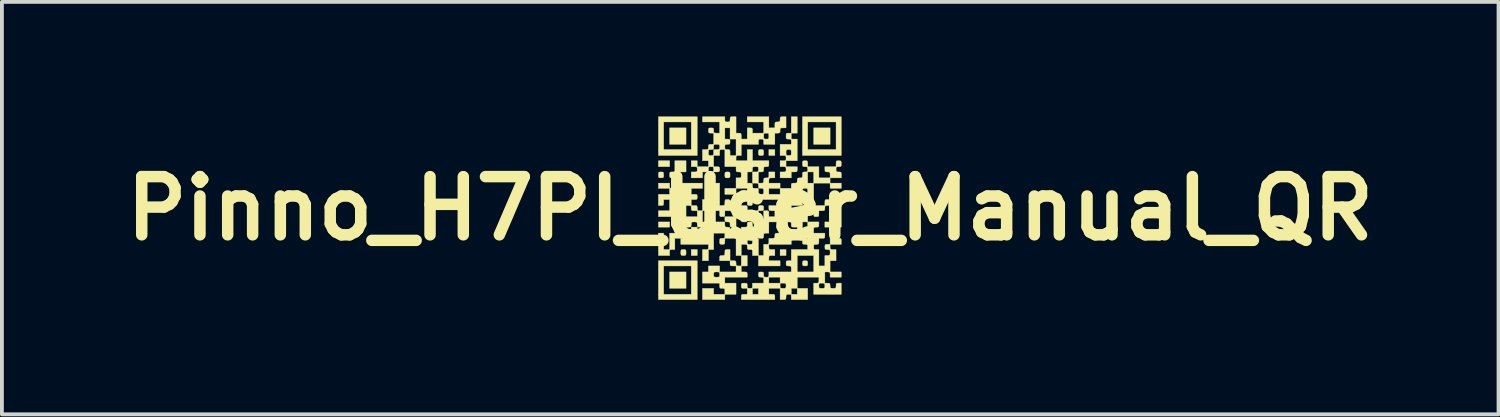
<source format=kicad_pcb>
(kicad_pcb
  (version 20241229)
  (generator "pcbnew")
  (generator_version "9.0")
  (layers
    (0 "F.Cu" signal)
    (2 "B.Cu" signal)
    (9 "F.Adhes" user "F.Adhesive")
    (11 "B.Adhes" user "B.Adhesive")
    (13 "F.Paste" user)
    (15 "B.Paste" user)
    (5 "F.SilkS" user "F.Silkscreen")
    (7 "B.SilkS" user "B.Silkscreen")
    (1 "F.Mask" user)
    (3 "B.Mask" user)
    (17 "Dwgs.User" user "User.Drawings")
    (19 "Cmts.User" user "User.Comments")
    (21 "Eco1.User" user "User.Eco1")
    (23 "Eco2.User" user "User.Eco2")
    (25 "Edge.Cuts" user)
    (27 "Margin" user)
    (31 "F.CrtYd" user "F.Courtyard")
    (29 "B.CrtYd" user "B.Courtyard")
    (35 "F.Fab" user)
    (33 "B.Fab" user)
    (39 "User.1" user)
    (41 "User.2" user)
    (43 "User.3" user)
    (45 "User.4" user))
  (footprint "Pinno_H7PI_User_Manual_QR"
    (layer "F.Cu")
    (at 16.59 2.408)
    (property "Reference" "Pinno_H7PI_User_Manual_QR" (at 0 0 0) (layer "F.SilkS") (effects (font (size 1.524 1.524) (thickness 0.3))))
    (attr through_hole)
    (fp_poly (pts (xy -2.11 -1.094) (xy -2.403 -1.094) (xy -2.403 -1.25) (xy -2.11 -1.25) (xy -2.11 -1.094)) (stroke (width 0.01) (type solid)) (fill yes) (layer "F.SilkS"))
    (fp_poly (pts (xy -2.11 0.488) (xy -2.403 0.488) (xy -2.403 0.352) (xy -2.11 0.352) (xy -2.11 0.488)) (stroke (width 0.01) (type solid)) (fill yes) (layer "F.SilkS"))
    (fp_poly (pts (xy -1.973 -1.25) (xy -1.68 -1.25) (xy -1.68 -0.957) (xy -1.973 -0.957) (xy -1.973 -1.25)) (stroke (width 0.01) (type solid)) (fill yes) (layer "F.SilkS"))
    (fp_poly (pts (xy -1.68 -1.68) (xy -2.11 -1.68) (xy -2.11 -2.11) (xy -1.68 -2.11) (xy -1.68 -1.68)) (stroke (width 0.01) (type solid)) (fill yes) (layer "F.SilkS"))
    (fp_poly (pts (xy -1.68 2.091) (xy -2.11 2.091) (xy -2.11 1.661) (xy -1.68 1.661) (xy -1.68 2.091)) (stroke (width 0.01) (type solid)) (fill yes) (layer "F.SilkS"))
    (fp_poly (pts (xy -1.387 0.645) (xy -1.544 0.645) (xy -1.544 0.488) (xy -1.387 0.488) (xy -1.387 0.645)) (stroke (width 0.01) (type solid)) (fill yes) (layer "F.SilkS"))
    (fp_poly (pts (xy -1.387 1.231) (xy -1.544 1.231) (xy -1.544 1.075) (xy -1.387 1.075) (xy -1.387 1.231)) (stroke (width 0.01) (type solid)) (fill yes) (layer "F.SilkS"))
    (fp_poly (pts (xy -0.957 0.352) (xy -1.094 0.352) (xy -1.094 0.059) (xy -0.957 0.059) (xy -0.957 0.352)) (stroke (width 0.01) (type solid)) (fill yes) (layer "F.SilkS"))
    (fp_poly (pts (xy -0.234 1.231) (xy -0.078 1.231) (xy -0.078 1.504) (xy -0.234 1.504) (xy -0.234 1.231)) (stroke (width 0.01) (type solid)) (fill yes) (layer "F.SilkS"))
    (fp_poly (pts (xy 0.645 -1.387) (xy 0.488 -1.387) (xy 0.488 -1.544) (xy 0.645 -1.544) (xy 0.645 -1.387)) (stroke (width 0.01) (type solid)) (fill yes) (layer "F.SilkS"))
    (fp_poly (pts (xy 0.938 1.231) (xy 0.782 1.231) (xy 0.782 1.075) (xy 0.938 1.075) (xy 0.938 1.231)) (stroke (width 0.01) (type solid)) (fill yes) (layer "F.SilkS"))
    (fp_poly (pts (xy 1.075 -2.403) (xy 1.231 -2.403) (xy 1.231 -1.973) (xy 1.075 -1.973) (xy 1.075 -2.403)) (stroke (width 0.01) (type solid)) (fill yes) (layer "F.SilkS"))
    (fp_poly (pts (xy 2.091 -1.68) (xy 1.661 -1.68) (xy 1.661 -2.11) (xy 2.091 -2.11) (xy 2.091 -1.68)) (stroke (width 0.01) (type solid)) (fill yes) (layer "F.SilkS"))
    (fp_poly (pts (xy 2.384 -0.528) (xy 2.091 -0.528) (xy 2.091 -0.664) (xy 2.384 -0.664) (xy 2.384 -0.528)) (stroke (width 0.01) (type solid)) (fill yes) (layer "F.SilkS"))
    (fp_poly (pts (xy -0.664 2.384) (xy -1.25 2.384) (xy -1.25 2.091) (xy -0.957 2.091) (xy -0.957 2.247) (xy -0.664 2.247) (xy -0.664 2.384)) (stroke (width 0.01) (type solid)) (fill yes) (layer "F.SilkS"))
    (fp_poly (pts (xy -1.387 -1.387) (xy -2.403 -1.387) (xy -2.403 -2.266) (xy -2.266 -2.266) (xy -2.266 -1.544) (xy -1.544 -1.544) (xy -1.544 -2.266) (xy -2.266 -2.266) (xy -2.403 -2.266) (xy -2.403 -2.403) (xy -1.387 -2.403) (xy -1.387 -1.387)) (stroke (width 0.01) (type solid)) (fill yes) (layer "F.SilkS"))
    (fp_poly (pts (xy -1.387 2.384) (xy -2.403 2.384) (xy -2.403 1.504) (xy -2.266 1.504) (xy -2.266 2.247) (xy -1.544 2.247) (xy -1.544 1.504) (xy -2.266 1.504) (xy -2.403 1.504) (xy -2.403 1.368) (xy -1.387 1.368) (xy -1.387 2.384)) (stroke (width 0.01) (type solid)) (fill yes) (layer "F.SilkS"))
    (fp_poly (pts (xy 2.384 -1.387) (xy 1.368 -1.387) (xy 1.368 -2.266) (xy 1.504 -2.266) (xy 1.504 -1.544) (xy 2.247 -1.544) (xy 2.247 -2.266) (xy 1.504 -2.266) (xy 1.368 -2.266) (xy 1.368 -2.403) (xy 2.384 -2.403) (xy 2.384 -1.387)) (stroke (width 0.01) (type solid)) (fill yes) (layer "F.SilkS"))
    (fp_poly (pts (xy -2.291 -0.955) (xy -2.272 -0.94) (xy -2.267 -0.902) (xy -2.266 -0.879) (xy -2.269 -0.829) (xy -2.281 -0.807) (xy -2.315 -0.801) (xy -2.335 -0.801) (xy -2.379 -0.803) (xy -2.398 -0.818) (xy -2.403 -0.856) (xy -2.403 -0.879) (xy -2.401 -0.929) (xy -2.388 -0.952) (xy -2.355 -0.957) (xy -2.335 -0.957) (xy -2.291 -0.955)) (stroke (width 0.01) (type solid)) (fill yes) (layer "F.SilkS"))
    (fp_poly (pts (xy -1.705 1.077) (xy -1.685 1.092) (xy -1.68 1.13) (xy -1.68 1.153) (xy -1.682 1.203) (xy -1.695 1.225) (xy -1.729 1.231) (xy -1.749 1.231) (xy -1.792 1.229) (xy -1.812 1.214) (xy -1.817 1.176) (xy -1.817 1.153) (xy -1.815 1.103) (xy -1.802 1.08) (xy -1.769 1.075) (xy -1.749 1.075) (xy -1.705 1.077)) (stroke (width 0.01) (type solid)) (fill yes) (layer "F.SilkS"))
    (fp_poly (pts (xy -0.801 1.368) (xy -0.801 1.299) (xy -0.798 1.253) (xy -0.781 1.235) (xy -0.738 1.231) (xy -0.733 1.231) (xy -0.689 1.229) (xy -0.669 1.214) (xy -0.664 1.176) (xy -0.664 1.153) (xy -0.662 1.103) (xy -0.649 1.08) (xy -0.616 1.075) (xy -0.596 1.075) (xy -0.528 1.075) (xy -0.528 1.368) (xy -0.801 1.368)) (stroke (width 0.01) (type solid)) (fill yes) (layer "F.SilkS"))
    (fp_poly (pts (xy -0.552 -0.955) (xy -0.533 -0.94) (xy -0.528 -0.902) (xy -0.528 -0.879) (xy -0.53 -0.829) (xy -0.542 -0.807) (xy -0.576 -0.801) (xy -0.596 -0.801) (xy -0.64 -0.803) (xy -0.659 -0.818) (xy -0.664 -0.856) (xy -0.664 -0.879) (xy -0.662 -0.929) (xy -0.649 -0.952) (xy -0.616 -0.957) (xy -0.596 -0.957) (xy -0.552 -0.955)) (stroke (width 0.01) (type solid)) (fill yes) (layer "F.SilkS"))
    (fp_poly (pts (xy -0.371 0.488) (xy -0.449 0.488) (xy -0.499 0.486) (xy -0.522 0.474) (xy -0.527 0.44) (xy -0.528 0.42) (xy -0.531 0.374) (xy -0.548 0.355) (xy -0.591 0.352) (xy -0.596 0.352) (xy -0.642 0.349) (xy -0.661 0.332) (xy -0.664 0.289) (xy -0.664 0.283) (xy -0.664 0.215) (xy -0.371 0.215) (xy -0.371 0.488)) (stroke (width 0.01) (type solid)) (fill yes) (layer "F.SilkS"))
    (fp_poly (pts (xy -0.106 0.217) (xy -0.084 0.23) (xy -0.078 0.263) (xy -0.078 0.283) (xy -0.081 0.327) (xy -0.095 0.347) (xy -0.133 0.352) (xy -0.156 0.352) (xy -0.206 0.35) (xy -0.229 0.337) (xy -0.234 0.303) (xy -0.234 0.283) (xy -0.232 0.24) (xy -0.217 0.22) (xy -0.179 0.215) (xy -0.156 0.215) (xy -0.106 0.217)) (stroke (width 0.01) (type solid)) (fill yes) (layer "F.SilkS"))
    (fp_poly (pts (xy 0.034 -0.232) (xy 0.053 -0.217) (xy 0.058 -0.179) (xy 0.059 -0.156) (xy 0.057 -0.106) (xy 0.044 -0.084) (xy 0.01 -0.078) (xy -0.01 -0.078) (xy -0.054 -0.081) (xy -0.073 -0.095) (xy -0.078 -0.133) (xy -0.078 -0.156) (xy -0.076 -0.206) (xy -0.063 -0.229) (xy -0.03 -0.234) (xy -0.01 -0.234) (xy 0.034 -0.232)) (stroke (width 0.01) (type solid)) (fill yes) (layer "F.SilkS"))
    (fp_poly (pts (xy 0.327 -1.541) (xy 0.347 -1.527) (xy 0.352 -1.488) (xy 0.352 -1.465) (xy 0.35 -1.415) (xy 0.337 -1.393) (xy 0.303 -1.387) (xy 0.283 -1.387) (xy 0.24 -1.39) (xy 0.22 -1.404) (xy 0.215 -1.442) (xy 0.215 -1.465) (xy 0.217 -1.515) (xy 0.23 -1.538) (xy 0.263 -1.543) (xy 0.283 -1.544) (xy 0.327 -1.541)) (stroke (width 0.01) (type solid)) (fill yes) (layer "F.SilkS"))
    (fp_poly (pts (xy 1.482 1.371) (xy 1.501 1.388) (xy 1.504 1.431) (xy 1.504 1.436) (xy 1.501 1.482) (xy 1.484 1.501) (xy 1.441 1.504) (xy 1.436 1.504) (xy 1.39 1.501) (xy 1.371 1.484) (xy 1.368 1.441) (xy 1.368 1.436) (xy 1.371 1.39) (xy 1.388 1.371) (xy 1.431 1.368) (xy 1.436 1.368) (xy 1.482 1.371)) (stroke (width 0.01) (type solid)) (fill yes) (layer "F.SilkS"))
    (fp_poly (pts (xy 2.091 0.645) (xy 2.169 0.645) (xy 2.219 0.647) (xy 2.241 0.66) (xy 2.247 0.693) (xy 2.247 0.713) (xy 2.25 0.759) (xy 2.267 0.778) (xy 2.31 0.782) (xy 2.315 0.782) (xy 2.359 0.784) (xy 2.379 0.799) (xy 2.384 0.837) (xy 2.384 0.86) (xy 2.384 0.938) (xy 2.091 0.938) (xy 2.091 0.645)) (stroke (width 0.01) (type solid)) (fill yes) (layer "F.SilkS"))
    (fp_poly (pts (xy 2.247 -0.078) (xy 2.247 -0.156) (xy 2.249 -0.206) (xy 2.262 -0.229) (xy 2.295 -0.234) (xy 2.315 -0.234) (xy 2.384 -0.234) (xy 2.384 0.488) (xy 1.954 0.488) (xy 1.954 0.352) (xy 2.247 0.352) (xy 2.247 0.283) (xy 2.245 0.24) (xy 2.23 0.22) (xy 2.192 0.215) (xy 2.169 0.215) (xy 2.091 0.215) (xy 2.091 -0.078) (xy 2.247 -0.078)) (stroke (width 0.01) (type solid)) (fill yes) (layer "F.SilkS"))
    (fp_poly (pts (xy 0.329 -0.075) (xy 0.348 -0.058) (xy 0.352 -0.015) (xy 0.352 -0.01) (xy 0.349 0.036) (xy 0.332 0.055) (xy 0.289 0.059) (xy 0.283 0.059) (xy 0.215 0.059) (xy 0.215 0.352) (xy 0.059 0.352) (xy 0.059 0.059) (xy 0.137 0.059) (xy 0.187 0.057) (xy 0.209 0.044) (xy 0.215 0.01) (xy 0.215 -0.01) (xy 0.218 -0.056) (xy 0.235 -0.074) (xy 0.278 -0.078) (xy 0.283 -0.078) (xy 0.329 -0.075)) (stroke (width 0.01) (type solid)) (fill yes) (layer "F.SilkS"))
    (fp_poly (pts (xy -1.973 -0.801) (xy -1.895 -0.801) (xy -1.845 -0.799) (xy -1.823 -0.786) (xy -1.817 -0.753) (xy -1.817 -0.733) (xy -1.817 -0.664) (xy -1.895 -0.664) (xy -1.945 -0.666) (xy -1.968 -0.679) (xy -1.973 -0.713) (xy -1.973 -0.733) (xy -1.976 -0.779) (xy -1.993 -0.797) (xy -2.037 -0.801) (xy -2.042 -0.801) (xy -2.086 -0.803) (xy -2.105 -0.818) (xy -2.11 -0.856) (xy -2.11 -0.879) (xy -2.108 -0.929) (xy -2.095 -0.952) (xy -2.062 -0.957) (xy -2.042 -0.957) (xy -1.973 -0.957) (xy -1.973 -0.801)) (stroke (width 0.01) (type solid)) (fill yes) (layer "F.SilkS"))
    (fp_poly (pts (xy 2.091 -0.879) (xy 2.089 -0.929) (xy 2.076 -0.952) (xy 2.042 -0.957) (xy 2.022 -0.957) (xy 1.976 -0.96) (xy 1.958 -0.977) (xy 1.954 -1.021) (xy 1.954 -1.026) (xy 1.954 -1.094) (xy 2.247 -1.094) (xy 2.247 -1.172) (xy 2.249 -1.222) (xy 2.262 -1.245) (xy 2.295 -1.25) (xy 2.315 -1.25) (xy 2.359 -1.248) (xy 2.379 -1.233) (xy 2.384 -1.195) (xy 2.384 -1.172) (xy 2.382 -1.122) (xy 2.369 -1.1) (xy 2.335 -1.094) (xy 2.315 -1.094) (xy 2.269 -1.091) (xy 2.251 -1.074) (xy 2.247 -1.031) (xy 2.247 -1.026) (xy 2.25 -0.98) (xy 2.267 -0.961) (xy 2.31 -0.957) (xy 2.315 -0.957) (xy 2.359 -0.955) (xy 2.379 -0.94) (xy 2.384 -0.902) (xy 2.384 -0.879) (xy 2.384 -0.801) (xy 2.091 -0.801) (xy 2.091 -0.879)) (stroke (width 0.01) (type solid)) (fill yes) (layer "F.SilkS"))
    (fp_poly (pts (xy -0.664 2.169) (xy -0.666 2.119) (xy -0.679 2.096) (xy -0.713 2.091) (xy -0.733 2.091) (xy -0.779 2.088) (xy -0.797 2.071) (xy -0.801 2.027) (xy -0.801 2.022) (xy -0.801 1.954) (xy -1.25 1.954) (xy -1.25 1.729) (xy -0.957 1.729) (xy -0.955 1.773) (xy -0.94 1.792) (xy -0.902 1.797) (xy -0.879 1.798) (xy -0.829 1.795) (xy -0.807 1.783) (xy -0.801 1.749) (xy -0.801 1.729) (xy -0.803 1.685) (xy -0.818 1.666) (xy -0.856 1.661) (xy -0.879 1.661) (xy -0.929 1.663) (xy -0.952 1.676) (xy -0.957 1.709) (xy -0.957 1.729) (xy -1.25 1.729) (xy -1.25 1.661) (xy -1.094 1.661) (xy -1.094 1.504) (xy -0.801 1.504) (xy -0.801 1.661) (xy -0.371 1.661) (xy -0.371 1.504) (xy -0.449 1.504) (xy -0.499 1.502) (xy -0.522 1.49) (xy -0.527 1.456) (xy -0.528 1.436) (xy -0.528 1.368) (xy -0.449 1.368) (xy -0.399 1.37) (xy -0.377 1.383) (xy -0.371 1.416) (xy -0.371 1.436) (xy -0.368 1.482) (xy -0.351 1.501) (xy -0.308 1.504) (xy -0.303 1.504) (xy -0.234 1.504) (xy -0.234 1.661) (xy -0.156 1.661) (xy -0.106 1.663) (xy -0.084 1.676) (xy -0.078 1.709) (xy -0.078 1.729) (xy -0.078 1.798) (xy -0.664 1.798) (xy -0.664 1.954) (xy -0.371 1.954) (xy -0.371 2.247) (xy -0.664 2.247) (xy -0.664 2.169)) (stroke (width 0.01) (type solid)) (fill yes) (layer "F.SilkS"))
    (fp_poly (pts (xy 1.075 -1.817) (xy 1.231 -1.817) (xy 1.231 -1.25) (xy 0.938 -1.25) (xy 0.938 -1.094) (xy 1.231 -1.094) (xy 1.231 -1.026) (xy 1.229 -0.982) (xy 1.214 -0.963) (xy 1.176 -0.958) (xy 1.153 -0.957) (xy 1.075 -0.957) (xy 1.075 -0.801) (xy 0.782 -0.801) (xy 0.782 -0.957) (xy 0.86 -0.957) (xy 0.91 -0.959) (xy 0.932 -0.972) (xy 0.938 -1.006) (xy 0.938 -1.026) (xy 0.935 -1.07) (xy 0.921 -1.089) (xy 0.883 -1.094) (xy 0.86 -1.094) (xy 0.782 -1.094) (xy 0.782 -1.25) (xy 0.86 -1.25) (xy 0.91 -1.253) (xy 0.932 -1.265) (xy 0.938 -1.299) (xy 0.938 -1.319) (xy 0.935 -1.363) (xy 0.921 -1.382) (xy 0.883 -1.387) (xy 0.86 -1.387) (xy 0.782 -1.387) (xy 0.782 -1.465) (xy 0.938 -1.465) (xy 0.94 -1.415) (xy 0.953 -1.393) (xy 0.986 -1.387) (xy 1.006 -1.387) (xy 1.05 -1.39) (xy 1.069 -1.404) (xy 1.074 -1.442) (xy 1.075 -1.465) (xy 1.073 -1.515) (xy 1.06 -1.538) (xy 1.026 -1.543) (xy 1.006 -1.544) (xy 0.962 -1.541) (xy 0.943 -1.527) (xy 0.938 -1.488) (xy 0.938 -1.465) (xy 0.782 -1.465) (xy 0.782 -1.68) (xy 1.075 -1.68) (xy 1.075 -1.749) (xy 1.072 -1.795) (xy 1.055 -1.813) (xy 1.011 -1.817) (xy 1.006 -1.817) (xy 0.962 -1.819) (xy 0.943 -1.834) (xy 0.938 -1.872) (xy 0.938 -1.895) (xy 0.94 -1.945) (xy 0.953 -1.968) (xy 0.986 -1.973) (xy 1.006 -1.973) (xy 1.075 -1.973) (xy 1.075 -1.817)) (stroke (width 0.01) (type solid)) (fill yes) (layer "F.SilkS"))
    (fp_poly (pts (xy 2.091 1.006) (xy 2.093 1.05) (xy 2.108 1.069) (xy 2.146 1.074) (xy 2.169 1.075) (xy 2.247 1.075) (xy 2.247 1.368) (xy 2.091 1.368) (xy 2.091 1.661) (xy 2.384 1.661) (xy 2.384 1.798) (xy 2.091 1.798) (xy 2.091 1.729) (xy 2.088 1.683) (xy 2.071 1.665) (xy 2.027 1.661) (xy 2.022 1.661) (xy 1.954 1.661) (xy 1.954 1.954) (xy 2.022 1.954) (xy 2.068 1.957) (xy 2.087 1.974) (xy 2.091 2.017) (xy 2.091 2.022) (xy 2.093 2.066) (xy 2.108 2.085) (xy 2.146 2.09) (xy 2.169 2.091) (xy 2.219 2.089) (xy 2.241 2.076) (xy 2.247 2.042) (xy 2.247 2.022) (xy 2.25 1.976) (xy 2.267 1.958) (xy 2.31 1.954) (xy 2.315 1.954) (xy 2.384 1.954) (xy 2.384 2.247) (xy 1.661 2.247) (xy 1.661 2.022) (xy 1.798 2.022) (xy 1.8 2.066) (xy 1.815 2.085) (xy 1.853 2.09) (xy 1.876 2.091) (xy 1.926 2.089) (xy 1.948 2.076) (xy 1.954 2.042) (xy 1.954 2.022) (xy 1.951 1.978) (xy 1.937 1.959) (xy 1.899 1.954) (xy 1.876 1.954) (xy 1.826 1.956) (xy 1.803 1.969) (xy 1.798 2.002) (xy 1.798 2.022) (xy 1.661 2.022) (xy 1.661 1.954) (xy 1.729 1.954) (xy 1.773 1.951) (xy 1.792 1.937) (xy 1.797 1.899) (xy 1.798 1.876) (xy 1.798 1.798) (xy 1.231 1.798) (xy 1.231 2.091) (xy 1.504 2.091) (xy 1.504 2.384) (xy 1.075 2.384) (xy 1.075 2.315) (xy 1.072 2.269) (xy 1.055 2.251) (xy 1.011 2.247) (xy 1.006 2.247) (xy 0.96 2.25) (xy 0.942 2.267) (xy 0.938 2.31) (xy 0.938 2.315) (xy 0.935 2.359) (xy 0.921 2.379) (xy 0.883 2.384) (xy 0.86 2.384) (xy 0.782 2.384) (xy 0.782 2.091) (xy 0.488 2.091) (xy 0.488 2.247) (xy 0.567 2.247) (xy 0.617 2.249) (xy 0.639 2.262) (xy 0.645 2.295) (xy 0.645 2.315) (xy 0.645 2.384) (xy -0.234 2.384) (xy -0.234 2.315) (xy -0.232 2.272) (xy -0.217 2.252) (xy -0.179 2.247) (xy -0.156 2.247) (xy -0.078 2.247) (xy -0.078 2.091) (xy -0.156 2.091) (xy -0.206 2.089) (xy -0.229 2.076) (xy -0.234 2.042) (xy -0.234 2.022) (xy -0.232 1.978) (xy -0.217 1.959) (xy -0.179 1.954) (xy -0.156 1.954) (xy -0.106 1.956) (xy -0.084 1.969) (xy -0.078 2.002) (xy -0.078 2.022) (xy -0.075 2.068) (xy -0.058 2.087) (xy -0.015 2.091) (xy -0.01 2.091) (xy 0.059 2.091) (xy 0.059 2.247) (xy 0.215 2.247) (xy 0.215 2.091) (xy 0.059 2.091) (xy -0.01 2.091) (xy 0.036 2.088) (xy 0.055 2.071) (xy 0.059 2.027) (xy 0.059 2.022) (xy 0.782 2.022) (xy 0.784 2.066) (xy 0.799 2.085) (xy 0.837 2.09) (xy 0.86 2.091) (xy 1.075 2.091) (xy 1.075 2.247) (xy 1.231 2.247) (xy 1.231 2.091) (xy 1.075 2.091) (xy 0.86 2.091) (xy 0.91 2.089) (xy 0.932 2.076) (xy 0.938 2.042) (xy 0.938 2.022) (xy 0.935 1.978) (xy 0.921 1.959) (xy 0.883 1.954) (xy 0.86 1.954) (xy 0.782 1.954) (xy 0.782 2.022) (xy 0.059 2.022) (xy 0.059 1.954) (xy 0.352 1.954) (xy 0.352 1.876) (xy 0.35 1.826) (xy 0.337 1.803) (xy 0.303 1.798) (xy 0.283 1.798) (xy 0.237 1.795) (xy 0.219 1.777) (xy 0.215 1.734) (xy 0.215 1.729) (xy 0.218 1.683) (xy 0.235 1.665) (xy 0.278 1.661) (xy 0.283 1.661) (xy 0.329 1.664) (xy 0.348 1.681) (xy 0.352 1.724) (xy 0.352 1.729) (xy 0.355 1.775) (xy 0.372 1.794) (xy 0.415 1.798) (xy 0.42 1.798) (xy 0.488 1.798) (xy 0.488 1.954) (xy 0.782 1.954) (xy 0.782 1.798) (xy 0.488 1.798) (xy 0.42 1.798) (xy 0.466 1.795) (xy 0.485 1.777) (xy 0.488 1.734) (xy 0.488 1.729) (xy 0.488 1.661) (xy 1.075 1.661) (xy 1.075 1.583) (xy 1.073 1.533) (xy 1.06 1.51) (xy 1.026 1.505) (xy 1.006 1.504) (xy 0.96 1.501) (xy 0.942 1.484) (xy 0.938 1.441) (xy 0.938 1.436) (xy 0.941 1.39) (xy 0.958 1.371) (xy 1.001 1.368) (xy 1.006 1.368) (xy 1.075 1.368) (xy 1.075 1.231) (xy 1.231 1.231) (xy 1.231 1.661) (xy 1.661 1.661) (xy 1.661 1.231) (xy 1.231 1.231) (xy 1.075 1.231) (xy 1.075 1.075) (xy 1.504 1.075) (xy 1.504 1.006) (xy 1.501 0.96) (xy 1.484 0.942) (xy 1.441 0.938) (xy 1.436 0.938) (xy 1.392 0.935) (xy 1.373 0.921) (xy 1.368 0.883) (xy 1.368 0.86) (xy 1.368 0.782) (xy 1.504 0.782) (xy 1.504 0.352) (xy 1.798 0.352) (xy 1.798 0.42) (xy 1.795 0.466) (xy 1.777 0.485) (xy 1.734 0.488) (xy 1.729 0.488) (xy 1.685 0.491) (xy 1.666 0.505) (xy 1.661 0.544) (xy 1.661 0.567) (xy 1.661 0.645) (xy 1.954 0.645) (xy 1.954 0.713) (xy 1.951 0.757) (xy 1.937 0.776) (xy 1.899 0.781) (xy 1.876 0.782) (xy 1.798 0.782) (xy 1.798 0.86) (xy 1.795 0.91) (xy 1.783 0.932) (xy 1.749 0.938) (xy 1.729 0.938) (xy 1.683 0.941) (xy 1.665 0.958) (xy 1.661 1.001) (xy 1.661 1.006) (xy 1.664 1.052) (xy 1.681 1.071) (xy 1.724 1.075) (xy 1.729 1.075) (xy 1.798 1.075) (xy 1.798 1.504) (xy 1.954 1.504) (xy 1.954 1.231) (xy 2.022 1.231) (xy 2.066 1.229) (xy 2.085 1.214) (xy 2.09 1.176) (xy 2.091 1.153) (xy 2.089 1.103) (xy 2.076 1.08) (xy 2.042 1.075) (xy 2.022 1.075) (xy 1.976 1.072) (xy 1.958 1.055) (xy 1.954 1.011) (xy 1.954 1.006) (xy 1.957 0.96) (xy 1.974 0.942) (xy 2.017 0.938) (xy 2.022 0.938) (xy 2.091 0.938) (xy 2.091 1.006)) (stroke (width 0.01) (type solid)) (fill yes) (layer "F.SilkS"))
    (fp_poly (pts (xy 2.091 -0.664) (xy 1.661 -0.664) (xy 1.661 -0.078) (xy 1.954 -0.078) (xy 1.954 -0.156) (xy 1.956 -0.206) (xy 1.969 -0.229) (xy 2.002 -0.234) (xy 2.022 -0.234) (xy 2.066 -0.232) (xy 2.085 -0.217) (xy 2.09 -0.179) (xy 2.091 -0.156) (xy 2.091 -0.078) (xy 2.022 -0.078) (xy 1.976 -0.075) (xy 1.958 -0.058) (xy 1.954 -0.015) (xy 1.954 -0.01) (xy 1.951 0.034) (xy 1.937 0.053) (xy 1.899 0.058) (xy 1.876 0.059) (xy 1.798 0.059) (xy 1.798 0.137) (xy 1.795 0.187) (xy 1.783 0.209) (xy 1.749 0.215) (xy 1.729 0.215) (xy 1.685 0.213) (xy 1.666 0.198) (xy 1.661 0.16) (xy 1.661 0.137) (xy 1.661 0.059) (xy 1.504 0.059) (xy 1.504 0.352) (xy 1.368 0.352) (xy 1.368 0.782) (xy 1.075 0.782) (xy 1.075 0.938) (xy 0.488 0.938) (xy 0.488 1.006) (xy 0.491 1.05) (xy 0.505 1.069) (xy 0.544 1.074) (xy 0.567 1.075) (xy 0.645 1.075) (xy 0.645 1.231) (xy 0.567 1.231) (xy 0.517 1.233) (xy 0.494 1.246) (xy 0.489 1.279) (xy 0.488 1.299) (xy 0.488 1.368) (xy 0.782 1.368) (xy 0.782 1.504) (xy 0.215 1.504) (xy 0.215 1.231) (xy 0.059 1.231) (xy 0.059 1.153) (xy 0.057 1.103) (xy 0.044 1.08) (xy 0.01 1.075) (xy -0.01 1.075) (xy -0.056 1.072) (xy -0.074 1.055) (xy -0.078 1.011) (xy -0.078 1.006) (xy -0.081 0.962) (xy -0.095 0.943) (xy -0.133 0.938) (xy -0.156 0.938) (xy -0.234 0.938) (xy -0.234 1.231) (xy -0.371 1.231) (xy -0.371 0.86) (xy -0.078 0.86) (xy -0.076 0.91) (xy -0.063 0.932) (xy -0.03 0.938) (xy -0.01 0.938) (xy 0.034 0.935) (xy 0.053 0.921) (xy 0.058 0.883) (xy 0.059 0.86) (xy 0.059 0.782) (xy 0.215 0.782) (xy 0.215 1.231) (xy 0.352 1.231) (xy 0.352 0.938) (xy 0.42 0.938) (xy 0.464 0.935) (xy 0.483 0.921) (xy 0.488 0.883) (xy 0.488 0.86) (xy 0.488 0.782) (xy 0.567 0.782) (xy 0.617 0.779) (xy 0.639 0.767) (xy 0.645 0.733) (xy 0.645 0.713) (xy 0.648 0.667) (xy 0.665 0.649) (xy 0.708 0.645) (xy 0.713 0.645) (xy 0.782 0.645) (xy 0.782 0.352) (xy 0.938 0.352) (xy 0.938 0.645) (xy 1.231 0.645) (xy 1.231 0.488) (xy 1.153 0.488) (xy 1.103 0.486) (xy 1.08 0.474) (xy 1.075 0.44) (xy 1.075 0.42) (xy 1.072 0.374) (xy 1.055 0.355) (xy 1.011 0.352) (xy 1.006 0.352) (xy 0.938 0.352) (xy 0.782 0.352) (xy 0.488 0.352) (xy 0.488 0.645) (xy 0.42 0.645) (xy 0.374 0.648) (xy 0.355 0.665) (xy 0.352 0.708) (xy 0.352 0.713) (xy 0.349 0.759) (xy 0.332 0.778) (xy 0.289 0.782) (xy 0.283 0.782) (xy 0.237 0.779) (xy 0.219 0.761) (xy 0.215 0.718) (xy 0.215 0.713) (xy 0.213 0.669) (xy 0.198 0.65) (xy 0.16 0.645) (xy 0.137 0.645) (xy 0.087 0.647) (xy 0.064 0.66) (xy 0.059 0.693) (xy 0.059 0.713) (xy 0.056 0.759) (xy 0.039 0.778) (xy -0.005 0.782) (xy -0.01 0.782) (xy -0.054 0.784) (xy -0.073 0.799) (xy -0.078 0.837) (xy -0.078 0.86) (xy -0.371 0.86) (xy -0.371 0.782) (xy -0.664 0.782) (xy -0.664 0.86) (xy -0.666 0.91) (xy -0.679 0.932) (xy -0.713 0.938) (xy -0.733 0.938) (xy -0.776 0.935) (xy -0.796 0.921) (xy -0.801 0.883) (xy -0.801 0.86) (xy -0.799 0.81) (xy -0.786 0.787) (xy -0.753 0.782) (xy -0.733 0.782) (xy -0.687 0.779) (xy -0.668 0.761) (xy -0.664 0.718) (xy -0.664 0.713) (xy -0.664 0.645) (xy -0.957 0.645) (xy -0.957 1.075) (xy -1.094 1.075) (xy -1.094 1.368) (xy -1.25 1.368) (xy -1.25 1.075) (xy -1.172 1.075) (xy -1.122 1.073) (xy -1.1 1.06) (xy -1.094 1.026) (xy -1.094 1.006) (xy -1.094 0.938) (xy -1.817 0.938) (xy -1.817 0.782) (xy -1.973 0.782) (xy -1.973 1.075) (xy -2.042 1.075) (xy -2.086 1.077) (xy -2.105 1.092) (xy -2.11 1.13) (xy -2.11 1.153) (xy -2.11 1.231) (xy -2.403 1.231) (xy -2.403 0.645) (xy -2.266 0.645) (xy -2.266 1.075) (xy -2.11 1.075) (xy -2.11 0.713) (xy -1.817 0.713) (xy -1.814 0.759) (xy -1.797 0.778) (xy -1.754 0.782) (xy -1.749 0.782) (xy -1.703 0.779) (xy -1.684 0.761) (xy -1.68 0.718) (xy -1.68 0.713) (xy -1.677 0.667) (xy -1.66 0.649) (xy -1.617 0.645) (xy -1.612 0.645) (xy -1.566 0.648) (xy -1.547 0.665) (xy -1.544 0.708) (xy -1.544 0.713) (xy -1.544 0.782) (xy -1.25 0.782) (xy -1.25 0.488) (xy -1.319 0.488) (xy -1.365 0.485) (xy -1.383 0.468) (xy -1.387 0.425) (xy -1.387 0.42) (xy -1.39 0.376) (xy -1.404 0.357) (xy -1.442 0.352) (xy -1.465 0.352) (xy -1.515 0.354) (xy -1.538 0.367) (xy -1.543 0.4) (xy -1.544 0.42) (xy -1.547 0.466) (xy -1.564 0.485) (xy -1.607 0.488) (xy -1.612 0.488) (xy -1.656 0.491) (xy -1.675 0.505) (xy -1.68 0.544) (xy -1.68 0.567) (xy -1.682 0.617) (xy -1.695 0.639) (xy -1.729 0.645) (xy -1.749 0.645) (xy -1.795 0.648) (xy -1.813 0.665) (xy -1.817 0.708) (xy -1.817 0.713) (xy -2.11 0.713) (xy -2.11 0.645) (xy -1.817 0.645) (xy -1.817 0.488) (xy -1.895 0.488) (xy -1.945 0.486) (xy -1.968 0.474) (xy -1.973 0.44) (xy -1.973 0.42) (xy -1.971 0.376) (xy -1.956 0.357) (xy -1.918 0.352) (xy -1.895 0.352) (xy -1.845 0.35) (xy -1.823 0.337) (xy -1.817 0.303) (xy -1.817 0.283) (xy -1.817 0.215) (xy -2.403 0.215) (xy -2.403 0.059) (xy -2.11 0.059) (xy -2.11 -0.234) (xy -1.973 -0.234) (xy -1.973 0.059) (xy -1.817 0.059) (xy -1.817 -0.078) (xy -1.68 -0.078) (xy -1.68 0.215) (xy -1.387 0.215) (xy -1.387 0.059) (xy -1.465 0.059) (xy -1.515 0.057) (xy -1.538 0.044) (xy -1.543 0.01) (xy -1.544 -0.01) (xy -1.547 -0.056) (xy -1.564 -0.074) (xy -1.607 -0.078) (xy -1.612 -0.078) (xy -1.68 -0.078) (xy -1.817 -0.078) (xy -1.817 -0.234) (xy -1.973 -0.234) (xy -2.11 -0.234) (xy -2.266 -0.234) (xy -2.266 -0.156) (xy -2.269 -0.106) (xy -2.281 -0.084) (xy -2.315 -0.078) (xy -2.335 -0.078) (xy -2.403 -0.078) (xy -2.403 -0.371) (xy -2.11 -0.371) (xy -2.11 -0.528) (xy -2.403 -0.528) (xy -2.403 -0.664) (xy -2.11 -0.664) (xy -2.11 -0.596) (xy -2.107 -0.55) (xy -2.09 -0.531) (xy -2.047 -0.528) (xy -2.042 -0.528) (xy -1.998 -0.525) (xy -1.979 -0.511) (xy -1.974 -0.472) (xy -1.973 -0.449) (xy -1.973 -0.371) (xy -1.817 -0.371) (xy -1.817 -0.664) (xy -1.25 -0.664) (xy -1.25 -0.528) (xy -1.544 -0.528) (xy -1.544 -0.371) (xy -1.465 -0.371) (xy -1.415 -0.369) (xy -1.393 -0.356) (xy -1.387 -0.323) (xy -1.387 -0.303) (xy -1.39 -0.259) (xy -1.404 -0.24) (xy -1.442 -0.235) (xy -1.465 -0.234) (xy -1.544 -0.234) (xy -1.544 -0.078) (xy -1.465 -0.078) (xy -1.415 -0.076) (xy -1.393 -0.063) (xy -1.387 -0.03) (xy -1.387 -0.01) (xy -1.384 0.036) (xy -1.367 0.055) (xy -1.324 0.059) (xy -1.319 0.059) (xy -1.25 0.059) (xy -1.25 0.352) (xy -1.172 0.352) (xy -1.122 0.354) (xy -1.1 0.367) (xy -1.094 0.4) (xy -1.094 0.42) (xy -1.091 0.466) (xy -1.074 0.485) (xy -1.031 0.488) (xy -1.026 0.488) (xy -0.98 0.485) (xy -0.961 0.468) (xy -0.957 0.425) (xy -0.957 0.42) (xy -0.957 0.352) (xy -0.664 0.352) (xy -0.664 0.42) (xy -0.661 0.466) (xy -0.644 0.485) (xy -0.601 0.488) (xy -0.596 0.488) (xy -0.552 0.491) (xy -0.533 0.505) (xy -0.528 0.544) (xy -0.528 0.567) (xy -0.528 0.645) (xy -0.449 0.645) (xy -0.399 0.647) (xy -0.377 0.66) (xy -0.371 0.693) (xy -0.371 0.713) (xy -0.368 0.759) (xy -0.351 0.778) (xy -0.308 0.782) (xy -0.303 0.782) (xy -0.234 0.782) (xy -0.234 0.488) (xy -0.156 0.488) (xy -0.106 0.486) (xy -0.084 0.474) (xy -0.078 0.44) (xy -0.078 0.42) (xy -0.075 0.374) (xy -0.058 0.355) (xy -0.015 0.352) (xy -0.01 0.352) (xy 0.036 0.355) (xy 0.055 0.372) (xy 0.059 0.415) (xy 0.059 0.42) (xy 0.061 0.464) (xy 0.076 0.483) (xy 0.114 0.488) (xy 0.137 0.488) (xy 0.187 0.486) (xy 0.209 0.474) (xy 0.215 0.44) (xy 0.215 0.42) (xy 0.218 0.374) (xy 0.235 0.355) (xy 0.278 0.352) (xy 0.283 0.352) (xy 0.352 0.352) (xy 0.352 0.059) (xy 0.42 0.059) (xy 0.464 0.061) (xy 0.483 0.076) (xy 0.488 0.114) (xy 0.488 0.137) (xy 0.488 0.215) (xy 0.645 0.215) (xy 0.645 0.137) (xy 0.938 0.137) (xy 0.94 0.187) (xy 0.953 0.209) (xy 0.986 0.215) (xy 1.006 0.215) (xy 1.05 0.213) (xy 1.069 0.198) (xy 1.074 0.16) (xy 1.075 0.137) (xy 1.075 0.059) (xy 1.368 0.059) (xy 1.368 -0.01) (xy 1.371 -0.056) (xy 1.388 -0.074) (xy 1.431 -0.078) (xy 1.436 -0.078) (xy 1.48 -0.081) (xy 1.499 -0.095) (xy 1.504 -0.133) (xy 1.504 -0.156) (xy 1.502 -0.206) (xy 1.49 -0.229) (xy 1.456 -0.234) (xy 1.436 -0.234) (xy 1.39 -0.237) (xy 1.371 -0.255) (xy 1.368 -0.298) (xy 1.368 -0.303) (xy 1.371 -0.349) (xy 1.388 -0.367) (xy 1.431 -0.371) (xy 1.436 -0.371) (xy 1.48 -0.374) (xy 1.499 -0.388) (xy 1.504 -0.426) (xy 1.504 -0.449) (xy 1.502 -0.499) (xy 1.49 -0.522) (xy 1.456 -0.527) (xy 1.436 -0.528) (xy 1.392 -0.525) (xy 1.373 -0.511) (xy 1.368 -0.472) (xy 1.368 -0.449) (xy 1.366 -0.399) (xy 1.353 -0.377) (xy 1.319 -0.371) (xy 1.299 -0.371) (xy 1.253 -0.368) (xy 1.235 -0.351) (xy 1.231 -0.308) (xy 1.231 -0.303) (xy 1.234 -0.257) (xy 1.251 -0.238) (xy 1.294 -0.234) (xy 1.299 -0.234) (xy 1.343 -0.232) (xy 1.363 -0.217) (xy 1.368 -0.179) (xy 1.368 -0.156) (xy 1.368 -0.078) (xy 1.075 -0.078) (xy 1.075 -0.01) (xy 1.072 0.036) (xy 1.055 0.055) (xy 1.011 0.059) (xy 1.006 0.059) (xy 0.962 0.061) (xy 0.943 0.076) (xy 0.938 0.114) (xy 0.938 0.137) (xy 0.645 0.137) (xy 0.645 0.059) (xy 0.567 0.059) (xy 0.517 0.057) (xy 0.494 0.044) (xy 0.489 0.01) (xy 0.488 -0.01) (xy 0.488 -0.078) (xy 0.782 -0.078) (xy 0.782 -0.234) (xy 0.215 -0.234) (xy 0.215 -0.303) (xy 0.938 -0.303) (xy 0.941 -0.257) (xy 0.958 -0.238) (xy 1.001 -0.234) (xy 1.006 -0.234) (xy 1.052 -0.237) (xy 1.071 -0.255) (xy 1.075 -0.298) (xy 1.075 -0.303) (xy 1.072 -0.349) (xy 1.055 -0.367) (xy 1.011 -0.371) (xy 1.006 -0.371) (xy 0.96 -0.368) (xy 0.942 -0.351) (xy 0.938 -0.308) (xy 0.938 -0.303) (xy 0.215 -0.303) (xy 0.218 -0.349) (xy 0.235 -0.367) (xy 0.278 -0.371) (xy 0.283 -0.371) (xy 0.327 -0.374) (xy 0.347 -0.388) (xy 0.352 -0.426) (xy 0.352 -0.449) (xy 0.35 -0.499) (xy 0.337 -0.522) (xy 0.303 -0.527) (xy 0.283 -0.528) (xy 0.488 -0.528) (xy 0.488 -0.371) (xy 0.782 -0.371) (xy 0.782 -0.528) (xy 0.488 -0.528) (xy 0.283 -0.528) (xy 0.237 -0.531) (xy 0.219 -0.548) (xy 0.215 -0.591) (xy 0.215 -0.596) (xy 0.213 -0.64) (xy 0.198 -0.659) (xy 0.16 -0.664) (xy 0.137 -0.664) (xy 0.059 -0.664) (xy 0.059 -0.957) (xy 0.137 -0.957) (xy 0.187 -0.959) (xy 0.209 -0.972) (xy 0.215 -1.006) (xy 0.215 -1.026) (xy 0.213 -1.07) (xy 0.198 -1.089) (xy 0.16 -1.094) (xy 0.137 -1.094) (xy 0.087 -1.092) (xy 0.064 -1.079) (xy 0.059 -1.046) (xy 0.059 -1.026) (xy 0.056 -0.98) (xy 0.039 -0.961) (xy -0.005 -0.957) (xy -0.01 -0.957) (xy -0.078 -0.957) (xy -0.078 -0.664) (xy -0.01 -0.664) (xy 0.036 -0.661) (xy 0.055 -0.644) (xy 0.059 -0.601) (xy 0.059 -0.596) (xy 0.061 -0.552) (xy 0.076 -0.533) (xy 0.114 -0.528) (xy 0.137 -0.528) (xy 0.215 -0.528) (xy 0.215 -0.371) (xy -0.078 -0.371) (xy -0.078 -0.303) (xy -0.081 -0.259) (xy -0.095 -0.24) (xy -0.133 -0.235) (xy -0.156 -0.234) (xy -0.234 -0.234) (xy -0.234 -0.078) (xy -0.156 -0.078) (xy -0.106 -0.076) (xy -0.084 -0.063) (xy -0.078 -0.03) (xy -0.078 -0.01) (xy -0.078 0.059) (xy -0.664 0.059) (xy -0.664 0.137) (xy -0.666 0.187) (xy -0.679 0.209) (xy -0.713 0.215) (xy -0.733 0.215) (xy -0.776 0.213) (xy -0.796 0.198) (xy -0.801 0.16) (xy -0.801 0.137) (xy -0.801 0.059) (xy -0.957 0.059) (xy -0.957 -0.234) (xy -1.094 -0.234) (xy -1.094 0.059) (xy -1.25 0.059) (xy -1.25 -0.234) (xy -1.094 -0.234) (xy -1.094 -0.664) (xy -0.801 -0.664) (xy -0.801 -0.078) (xy -0.733 -0.078) (xy -0.689 -0.081) (xy -0.669 -0.095) (xy -0.664 -0.133) (xy -0.664 -0.156) (xy -0.662 -0.206) (xy -0.649 -0.229) (xy -0.616 -0.234) (xy -0.596 -0.234) (xy -0.552 -0.232) (xy -0.533 -0.217) (xy -0.528 -0.179) (xy -0.528 -0.156) (xy -0.528 -0.078) (xy -0.371 -0.078) (xy -0.371 -0.371) (xy -0.664 -0.371) (xy -0.664 -0.528) (xy -0.371 -0.528) (xy -0.371 -0.371) (xy -0.078 -0.371) (xy -0.078 -0.528) (xy -0.371 -0.528) (xy -0.371 -0.801) (xy -0.303 -0.801) (xy -0.259 -0.803) (xy -0.24 -0.818) (xy -0.235 -0.856) (xy -0.234 -0.879) (xy -0.237 -0.929) (xy -0.249 -0.952) (xy -0.283 -0.957) (xy -0.303 -0.957) (xy -0.349 -0.96) (xy -0.367 -0.977) (xy -0.371 -1.021) (xy -0.371 -1.026) (xy -0.371 -1.094) (xy -0.664 -1.094) (xy -0.664 -1.544) (xy -0.733 -1.544) (xy -0.776 -1.541) (xy -0.796 -1.527) (xy -0.801 -1.488) (xy -0.801 -1.465) (xy -0.801 -1.387) (xy -0.957 -1.387) (xy -0.957 -1.094) (xy -0.879 -1.094) (xy -0.829 -1.092) (xy -0.807 -1.079) (xy -0.801 -1.046) (xy -0.801 -1.026) (xy -0.803 -0.982) (xy -0.818 -0.963) (xy -0.856 -0.958) (xy -0.879 -0.957) (xy -0.957 -0.957) (xy -0.957 -0.879) (xy -0.959 -0.829) (xy -0.972 -0.807) (xy -1.006 -0.801) (xy -1.026 -0.801) (xy -1.07 -0.803) (xy -1.089 -0.818) (xy -1.094 -0.856) (xy -1.094 -0.879) (xy -1.094 -0.957) (xy -1.25 -0.957) (xy -1.25 -0.801) (xy -1.544 -0.801) (xy -1.544 -0.957) (xy -1.465 -0.957) (xy -1.415 -0.959) (xy -1.393 -0.972) (xy -1.387 -1.006) (xy -1.387 -1.026) (xy -1.094 -1.026) (xy -1.091 -0.98) (xy -1.074 -0.961) (xy -1.031 -0.957) (xy -1.026 -0.957) (xy -0.98 -0.96) (xy -0.961 -0.977) (xy -0.957 -1.021) (xy -0.957 -1.026) (xy -0.96 -1.072) (xy -0.977 -1.09) (xy -1.021 -1.094) (xy -1.026 -1.094) (xy -1.072 -1.091) (xy -1.09 -1.074) (xy -1.094 -1.031) (xy -1.094 -1.026) (xy -1.387 -1.026) (xy -1.39 -1.07) (xy -1.404 -1.089) (xy -1.442 -1.094) (xy -1.465 -1.094) (xy -1.544 -1.094) (xy -1.544 -1.25) (xy -1.387 -1.25) (xy -1.387 -1.094) (xy -1.094 -1.094) (xy -1.094 -1.25) (xy -1.25 -1.25) (xy -1.25 -1.465) (xy -1.094 -1.465) (xy -1.092 -1.415) (xy -1.079 -1.393) (xy -1.046 -1.387) (xy -1.026 -1.387) (xy -0.982 -1.39) (xy -0.963 -1.404) (xy -0.958 -1.442) (xy -0.957 -1.465) (xy -0.957 -1.544) (xy -0.879 -1.544) (xy -0.829 -1.546) (xy -0.807 -1.558) (xy -0.801 -1.592) (xy -0.801 -1.612) (xy -0.803 -1.656) (xy -0.818 -1.675) (xy -0.856 -1.68) (xy -0.879 -1.68) (xy -0.929 -1.678) (xy -0.952 -1.665) (xy -0.957 -1.632) (xy -0.957 -1.612) (xy -0.96 -1.566) (xy -0.977 -1.547) (xy -1.021 -1.544) (xy -1.026 -1.544) (xy -1.07 -1.541) (xy -1.089 -1.527) (xy -1.094 -1.488) (xy -1.094 -1.465) (xy -1.25 -1.465) (xy -1.25 -1.544) (xy -1.172 -1.544) (xy -1.122 -1.546) (xy -1.1 -1.558) (xy -1.094 -1.592) (xy -1.094 -1.612) (xy -1.091 -1.658) (xy -1.074 -1.677) (xy -1.031 -1.68) (xy -1.026 -1.68) (xy -0.957 -1.68) (xy -0.957 -1.973) (xy -1.026 -1.973) (xy -1.072 -1.976) (xy -1.09 -1.993) (xy -1.094 -2.037) (xy -1.094 -2.042) (xy -1.091 -2.088) (xy -1.074 -2.106) (xy -1.031 -2.11) (xy -1.026 -2.11) (xy -0.98 -2.107) (xy -0.961 -2.09) (xy -0.957 -2.047) (xy -0.957 -2.042) (xy -0.955 -1.998) (xy -0.94 -1.979) (xy -0.902 -1.974) (xy -0.879 -1.973) (xy -0.801 -1.973) (xy -0.801 -2.11) (xy -0.664 -2.11) (xy -0.664 -1.817) (xy -0.596 -1.817) (xy -0.55 -1.814) (xy -0.531 -1.797) (xy -0.528 -1.754) (xy -0.528 -1.749) (xy -0.531 -1.703) (xy -0.548 -1.684) (xy -0.591 -1.68) (xy -0.596 -1.68) (xy -0.642 -1.677) (xy -0.661 -1.66) (xy -0.664 -1.617) (xy -0.664 -1.612) (xy -0.661 -1.566) (xy -0.644 -1.547) (xy -0.601 -1.544) (xy -0.596 -1.544) (xy -0.552 -1.541) (xy -0.533 -1.527) (xy -0.528 -1.488) (xy -0.528 -1.465) (xy -0.528 -1.387) (xy -0.371 -1.387) (xy -0.371 -1.817) (xy -0.528 -1.817) (xy -0.528 -2.11) (xy -0.664 -2.11) (xy -0.801 -2.11) (xy -0.801 -2.266) (xy -1.25 -2.266) (xy -1.25 -2.403) (xy -0.664 -2.403) (xy -0.664 -2.335) (xy -0.661 -2.289) (xy -0.644 -2.27) (xy -0.601 -2.266) (xy -0.596 -2.266) (xy -0.55 -2.269) (xy -0.531 -2.287) (xy -0.528 -2.33) (xy -0.528 -2.335) (xy -0.525 -2.379) (xy -0.511 -2.398) (xy -0.472 -2.403) (xy -0.449 -2.403) (xy -0.371 -2.403) (xy -0.371 -1.973) (xy -0.303 -1.973) (xy -0.259 -1.971) (xy -0.24 -1.956) (xy -0.235 -1.918) (xy -0.234 -1.895) (xy -0.234 -1.817) (xy -0.078 -1.817) (xy -0.078 -1.895) (xy 0.352 -1.895) (xy 0.354 -1.845) (xy 0.367 -1.823) (xy 0.4 -1.817) (xy 0.42 -1.817) (xy 0.464 -1.819) (xy 0.483 -1.834) (xy 0.488 -1.872) (xy 0.488 -1.895) (xy 0.486 -1.945) (xy 0.474 -1.968) (xy 0.44 -1.973) (xy 0.42 -1.973) (xy 0.376 -1.971) (xy 0.357 -1.956) (xy 0.352 -1.918) (xy 0.352 -1.895) (xy -0.078 -1.895) (xy -0.078 -2.11) (xy -0.01 -2.11) (xy 0.036 -2.107) (xy 0.055 -2.09) (xy 0.059 -2.047) (xy 0.059 -2.042) (xy 0.059 -1.973) (xy 0.352 -1.973) (xy 0.352 -2.266) (xy -0.078 -2.266) (xy -0.078 -2.403) (xy 0.488 -2.403) (xy 0.488 -2.11) (xy 0.645 -2.11) (xy 0.645 -2.188) (xy 0.647 -2.238) (xy 0.66 -2.261) (xy 0.693 -2.266) (xy 0.713 -2.266) (xy 0.759 -2.269) (xy 0.778 -2.287) (xy 0.782 -2.33) (xy 0.782 -2.335) (xy 0.784 -2.379) (xy 0.799 -2.398) (xy 0.837 -2.403) (xy 0.86 -2.403) (xy 0.938 -2.403) (xy 0.938 -2.11) (xy 0.86 -2.11) (xy 0.81 -2.108) (xy 0.787 -2.095) (xy 0.782 -2.062) (xy 0.782 -2.042) (xy 0.779 -1.996) (xy 0.761 -1.977) (xy 0.718 -1.973) (xy 0.713 -1.973) (xy 0.645 -1.973) (xy 0.645 -1.68) (xy 0.352 -1.68) (xy 0.352 -1.749) (xy 0.349 -1.795) (xy 0.332 -1.813) (xy 0.289 -1.817) (xy 0.283 -1.817) (xy 0.237 -1.814) (xy 0.219 -1.797) (xy 0.215 -1.754) (xy 0.215 -1.749) (xy 0.215 -1.68) (xy -0.234 -1.68) (xy -0.234 -1.387) (xy -0.303 -1.387) (xy -0.349 -1.384) (xy -0.367 -1.367) (xy -0.371 -1.324) (xy -0.371 -1.319) (xy -0.371 -1.25) (xy -0.078 -1.25) (xy -0.078 -1.544) (xy 0.059 -1.544) (xy 0.059 -1.25) (xy 0.488 -1.25) (xy 0.488 -1.172) (xy 0.486 -1.122) (xy 0.474 -1.1) (xy 0.44 -1.094) (xy 0.42 -1.094) (xy 0.374 -1.091) (xy 0.355 -1.074) (xy 0.352 -1.031) (xy 0.352 -1.026) (xy 0.349 -0.98) (xy 0.332 -0.961) (xy 0.289 -0.957) (xy 0.283 -0.957) (xy 0.215 -0.957) (xy 0.215 -0.664) (xy 0.283 -0.664) (xy 0.329 -0.667) (xy 0.348 -0.684) (xy 0.352 -0.727) (xy 0.352 -0.733) (xy 0.355 -0.779) (xy 0.372 -0.797) (xy 0.415 -0.801) (xy 0.42 -0.801) (xy 0.464 -0.803) (xy 0.483 -0.818) (xy 0.488 -0.856) (xy 0.488 -0.879) (xy 0.488 -0.957) (xy 0.645 -0.957) (xy 0.645 -0.801) (xy 0.567 -0.801) (xy 0.517 -0.799) (xy 0.494 -0.786) (xy 0.489 -0.753) (xy 0.488 -0.733) (xy 0.488 -0.664) (xy 0.782 -0.664) (xy 0.782 -0.528) (xy 1.075 -0.528) (xy 1.075 -0.596) (xy 1.077 -0.64) (xy 1.092 -0.659) (xy 1.13 -0.664) (xy 1.153 -0.664) (xy 1.203 -0.666) (xy 1.225 -0.679) (xy 1.231 -0.713) (xy 1.231 -0.733) (xy 1.234 -0.779) (xy 1.251 -0.797) (xy 1.294 -0.801) (xy 1.299 -0.801) (xy 1.343 -0.803) (xy 1.363 -0.818) (xy 1.368 -0.856) (xy 1.368 -0.879) (xy 1.37 -0.929) (xy 1.383 -0.952) (xy 1.416 -0.957) (xy 1.436 -0.957) (xy 1.504 -0.957) (xy 1.504 -0.664) (xy 1.661 -0.664) (xy 1.661 -0.957) (xy 1.504 -0.957) (xy 1.436 -0.957) (xy 1.482 -0.96) (xy 1.501 -0.977) (xy 1.504 -1.021) (xy 1.504 -1.026) (xy 1.501 -1.072) (xy 1.484 -1.09) (xy 1.441 -1.094) (xy 1.436 -1.094) (xy 1.392 -1.097) (xy 1.373 -1.111) (xy 1.368 -1.149) (xy 1.368 -1.172) (xy 1.37 -1.222) (xy 1.383 -1.245) (xy 1.416 -1.25) (xy 1.436 -1.25) (xy 1.48 -1.248) (xy 1.499 -1.233) (xy 1.504 -1.195) (xy 1.504 -1.172) (xy 1.504 -1.094) (xy 1.798 -1.094) (xy 1.798 -0.801) (xy 2.091 -0.801) (xy 2.091 -0.664)) (stroke (width 0.01) (type solid)) (fill yes) (layer "F.SilkS")))
  (gr_rect
    (start -3 -3)
    (end 36.18 7.797)
    (stroke (width 0.1) (type default))
    (fill no)
    (layer "Edge.Cuts")))
</source>
